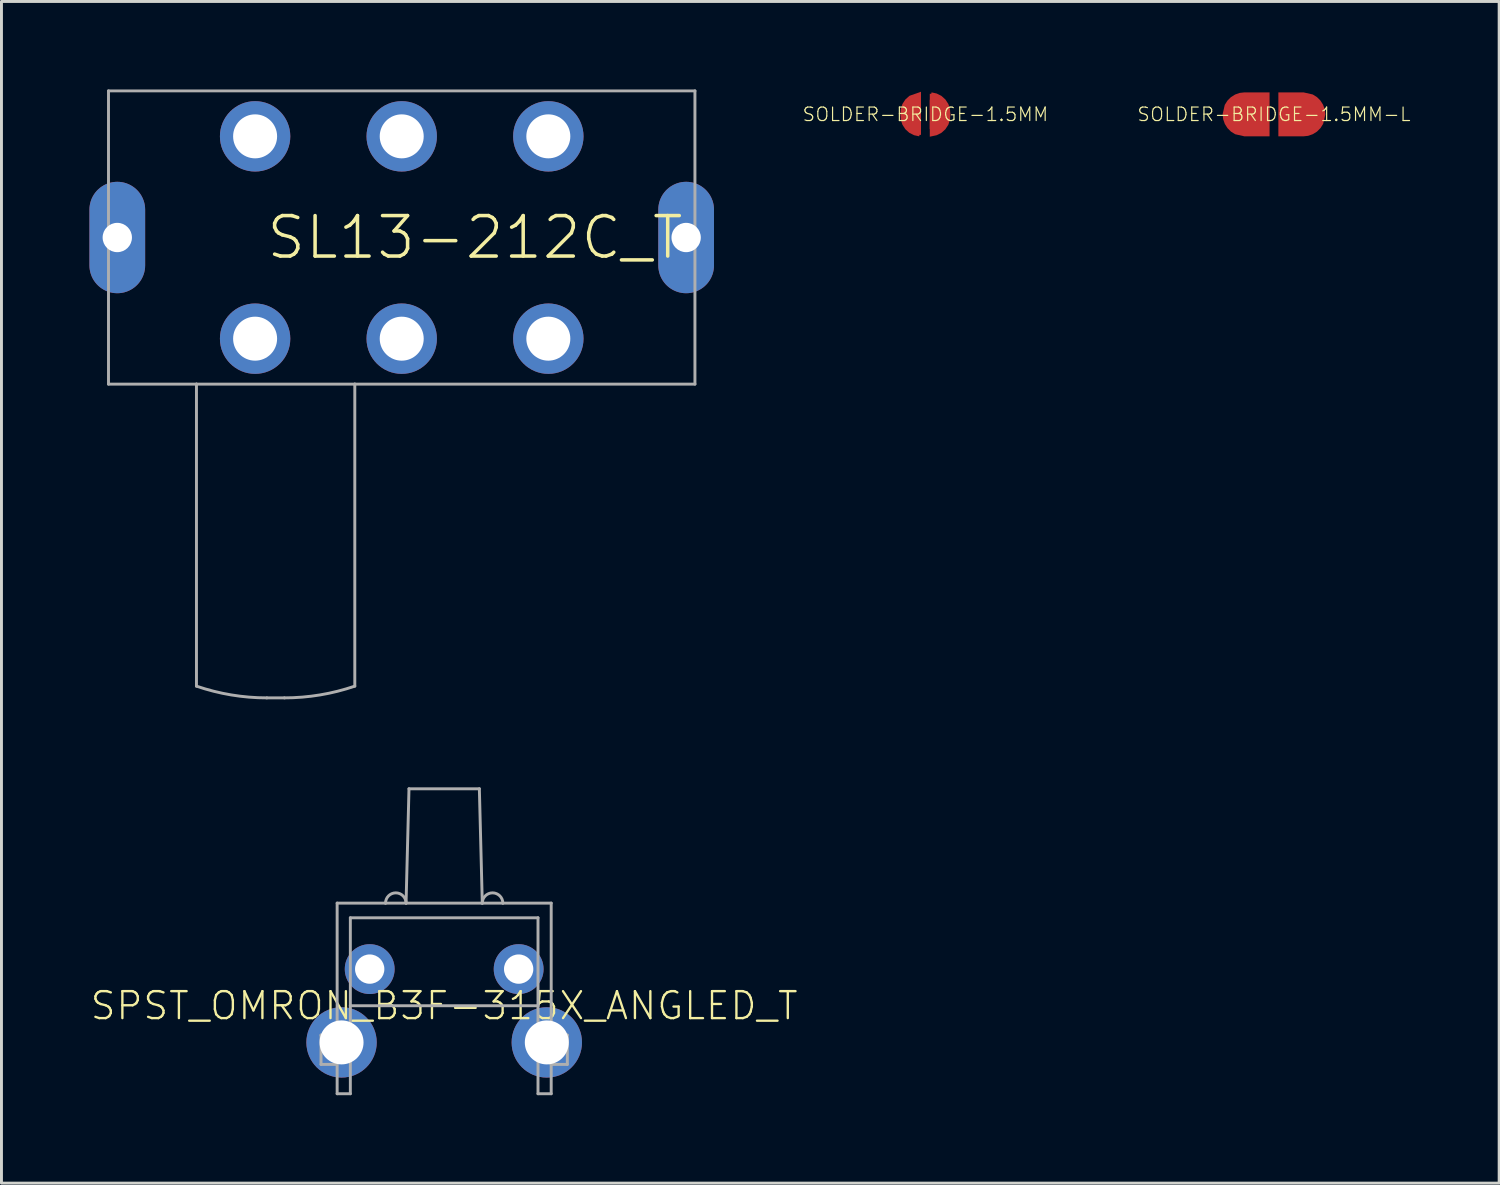
<source format=kicad_pcb>
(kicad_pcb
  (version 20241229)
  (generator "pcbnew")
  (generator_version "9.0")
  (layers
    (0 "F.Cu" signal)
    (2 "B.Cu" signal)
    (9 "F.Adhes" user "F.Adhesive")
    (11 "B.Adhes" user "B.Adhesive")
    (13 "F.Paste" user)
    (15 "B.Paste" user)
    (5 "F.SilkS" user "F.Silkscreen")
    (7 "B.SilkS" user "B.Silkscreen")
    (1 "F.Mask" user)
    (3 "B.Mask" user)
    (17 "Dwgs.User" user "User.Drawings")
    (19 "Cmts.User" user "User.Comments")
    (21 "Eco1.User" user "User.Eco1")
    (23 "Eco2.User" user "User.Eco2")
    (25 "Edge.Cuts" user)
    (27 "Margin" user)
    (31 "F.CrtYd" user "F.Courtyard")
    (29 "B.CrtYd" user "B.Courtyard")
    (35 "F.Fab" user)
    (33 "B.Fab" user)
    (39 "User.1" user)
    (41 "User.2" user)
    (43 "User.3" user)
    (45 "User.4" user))
  (footprint "SOLDER-BRIDGE-1.5MM-L"
    (layer "F.Cu")
    (at 40.397 0.85)
    (property "Reference" "SOLDER-BRIDGE-1.5MM-L" (at 0 0 0) (unlocked yes) (layer "F.SilkS") (effects (font (size 0.46 0.46) (thickness 0.04))))
    (fp_poly (pts (xy -0.15 0.75) (xy -1.006 0.75) (xy -1.323 0.678) (xy -1.468 0.587) (xy -1.587 0.468) (xy -1.676 0.326) (xy -1.732 0.167) (xy -1.751 -0.003) (xy -1.678 -0.323) (xy -1.587 -0.468) (xy -1.468 -0.587) (xy -1.326 -0.676) (xy -1.167 -0.732) (xy -1.003 -0.75) (xy -0.15 -0.75)) (stroke (width 0) (type default)) (fill yes) (layer "F.Cu"))
    (fp_poly (pts (xy 1.323 -0.678) (xy 1.468 -0.587) (xy 1.587 -0.468) (xy 1.676 -0.326) (xy 1.732 -0.167) (xy 1.751 0.003) (xy 1.678 0.323) (xy 1.587 0.468) (xy 1.468 0.587) (xy 1.326 0.676) (xy 1.167 0.732) (xy 1.003 0.75) (xy 0.15 0.75) (xy 0.15 -0.75) (xy 1.006 -0.75)) (stroke (width 0) (type default)) (fill yes) (layer "F.Cu"))
    (fp_poly (pts (xy 0.25 -0.842) (xy 0.38 -0.818) (xy 0.545 -0.748) (xy 0.691 -0.642) (xy 0.809 -0.507) (xy 0.894 -0.349) (xy 0.942 -0.176) (xy 0.948 -0.049) (xy 0.952 -0.049) (xy 0.95 -0.000001) (xy 0.952 0.049) (xy 0.948 0.049) (xy 0.942 0.176) (xy 0.894 0.349) (xy 0.809 0.507) (xy 0.691 0.642) (xy 0.543 0.749) (xy 0.207 0.85) (xy -0.25 0.85) (xy -0.25 0.842) (xy -0.38 0.818) (xy -0.545 0.748) (xy -0.691 0.642) (xy -0.809 0.507) (xy -0.895 0.347) (xy -0.943 0.049) (xy -0.952 0.049) (xy -0.942 -0.176) (xy -0.894 -0.349) (xy -0.809 -0.507) (xy -0.691 -0.642) (xy -0.543 -0.749) (xy -0.207 -0.85) (xy 0.25 -0.85)) (stroke (width 0) (type default)) (fill yes) (layer "F.Mask"))
    (pad "1" smd rect (at -1 0) (size 0.5 1) (layers "F.Cu"))
    (pad "2" smd rect (at 1 0) (size 0.5 1) (layers "F.Cu")))
  (footprint "SOLDER-BRIDGE-1.5MM"
    (layer "F.Cu")
    (at 28.509 0.85)
    (property "Reference" "SOLDER-BRIDGE-1.5MM" (at 0 0 0) (unlocked yes) (layer "F.SilkS") (effects (font (size 0.46 0.46) (thickness 0.04))))
    (fp_poly (pts (xy -0.15 0.7) (xy -0.2 0.7) (xy -0.21 0.749) (xy -0.383 0.712) (xy -0.547 0.63) (xy -0.683 0.507) (xy -0.783 0.353) (xy -0.84 0.179) (xy -0.847 0.049) (xy -0.853 0.049) (xy -0.85 -0.000001) (xy -0.853 -0.049) (xy -0.847 -0.049) (xy -0.84 -0.179) (xy -0.783 -0.353) (xy -0.683 -0.507) (xy -0.544 -0.632) (xy -0.15 -0.771)) (stroke (width 0) (type default)) (fill yes) (layer "F.Cu"))
    (fp_poly (pts (xy 0.383 -0.712) (xy 0.547 -0.63) (xy 0.683 -0.507) (xy 0.783 -0.353) (xy 0.84 -0.179) (xy 0.847 -0.049) (xy 0.853 -0.049) (xy 0.85 0.000001) (xy 0.853 0.049) (xy 0.847 0.049) (xy 0.84 0.179) (xy 0.783 0.353) (xy 0.683 0.507) (xy 0.547 0.63) (xy 0.383 0.712) (xy 0.15 0.762) (xy 0.15 -0.7) (xy 0.2 -0.7) (xy 0.21 -0.749)) (stroke (width 0) (type default)) (fill yes) (layer "F.Cu"))
    (fp_poly (pts (xy 0.25 -0.842) (xy 0.38 -0.818) (xy 0.545 -0.748) (xy 0.691 -0.642) (xy 0.809 -0.507) (xy 0.894 -0.349) (xy 0.942 -0.176) (xy 0.948 -0.049) (xy 0.952 -0.049) (xy 0.95 -0.000001) (xy 0.952 0.049) (xy 0.948 0.049) (xy 0.942 0.176) (xy 0.894 0.349) (xy 0.809 0.507) (xy 0.691 0.642) (xy 0.543 0.749) (xy 0.207 0.85) (xy -0.25 0.85) (xy -0.25 0.842) (xy -0.38 0.818) (xy -0.545 0.748) (xy -0.691 0.642) (xy -0.809 0.507) (xy -0.895 0.347) (xy -0.943 0.049) (xy -0.952 0.049) (xy -0.942 -0.176) (xy -0.894 -0.349) (xy -0.809 -0.507) (xy -0.691 -0.642) (xy -0.543 -0.749) (xy -0.207 -0.85) (xy 0.25 -0.85)) (stroke (width 0) (type default)) (fill yes) (layer "F.Mask"))
    (pad "1" smd rect (at -0.4 0) (size 0.5 1) (layers "F.Cu"))
    (pad "2" smd rect (at 0.4 0) (size 0.5 1) (layers "F.Cu")))
  (footprint "SL13-212C_T"
    (layer "F.Cu")
    (at 10.65 5.05)
    (property "Reference" "SL13-212C_T" (at 2.5 0 0) (unlocked yes) (layer "F.SilkS") (effects (font (size 1.38 1.38) (thickness 0.12))))
    (fp_line (start -10 -5) (end -10 5) (stroke (width 0.1) (type solid)) (layer "F.Fab"))
    (fp_line (start -10 5) (end -7 5) (stroke (width 0.1) (type solid)) (layer "F.Fab"))
    (fp_line (start -7 5) (end -7 15.3) (stroke (width 0.1) (type solid)) (layer "F.Fab"))
    (fp_line (start -7 5) (end -1.6 5) (stroke (width 0.1) (type solid)) (layer "F.Fab"))
    (fp_line (start -4 15.7) (end -4.6 15.7) (stroke (width 0.1) (type solid)) (layer "F.Fab"))
    (fp_line (start -1.6 5) (end -1.6 15.3) (stroke (width 0.1) (type solid)) (layer "F.Fab"))
    (fp_line (start -1.6 5) (end 10 5) (stroke (width 0.1) (type solid)) (layer "F.Fab"))
    (fp_line (start 10 -5) (end -10 -5) (stroke (width 0.1) (type solid)) (layer "F.Fab"))
    (fp_line (start 10 5) (end 10 -5) (stroke (width 0.1) (type solid)) (layer "F.Fab"))
    (fp_arc (start -4.6 15.7) (mid -5.816552 15.599315) (end -7 15.3) (stroke (width 0.1) (type solid)) (layer "F.Fab"))
    (fp_arc (start -1.6 15.3) (mid -2.783447 15.599315) (end -4 15.7) (stroke (width 0.1) (type solid)) (layer "F.Fab"))
    (pad "A1" thru_hole circle (at -5 -3.45) (size 2.4 2.4) (drill 1.5) (layers "*.Cu" "*.Mask"))
    (pad "A2" thru_hole circle (at 0 -3.45) (size 2.4 2.4) (drill 1.5) (layers "*.Cu" "*.Mask"))
    (pad "A3" thru_hole circle (at 5 -3.45) (size 2.4 2.4) (drill 1.5) (layers "*.Cu" "*.Mask"))
    (pad "B1" thru_hole circle (at -5 3.45) (size 2.4 2.4) (drill 1.5) (layers "*.Cu" "*.Mask"))
    (pad "B2" thru_hole circle (at 0 3.45) (size 2.4 2.4) (drill 1.5) (layers "*.Cu" "*.Mask"))
    (pad "B3" thru_hole circle (at 5 3.45) (size 2.4 2.4) (drill 1.5) (layers "*.Cu" "*.Mask"))
    (pad "T1" thru_hole oval (at -9.7 0 90) (size 3.8 1.9) (drill 1) (layers "*.Cu" "*.Mask"))
    (pad "T2" thru_hole oval (at 9.7 0 90) (size 3.8 1.9) (drill 1) (layers "*.Cu" "*.Mask")))
  (footprint "SPST_OMRON_B3F-315X_ANGLED_T"
    (layer "F.Cu")
    (at 12.098 31.25)
    (property "Reference" "SPST_OMRON_B3F-315X_ANGLED_T" (at 0 0 0) (unlocked yes) (layer "F.SilkS") (effects (font (size 0.92 0.92) (thickness 0.08))))
    (fp_line (start -4.2 1) (end -4.2 2) (stroke (width 0.1) (type solid)) (layer "F.Fab"))
    (fp_line (start -4.2 2) (end -3.7 2) (stroke (width 0.1) (type solid)) (layer "F.Fab"))
    (fp_line (start -3.7 1) (end -4.2 1) (stroke (width 0.1) (type solid)) (layer "F.Fab"))
    (fp_line (start -3.65 -3.5) (end -2 -3.5) (stroke (width 0.1) (type solid)) (layer "F.Fab"))
    (fp_line (start -3.65 3) (end -3.65 -3.5) (stroke (width 0.1) (type solid)) (layer "F.Fab"))
    (fp_line (start -3.2 -3) (end 3.2 -3) (stroke (width 0.1) (type solid)) (layer "F.Fab"))
    (fp_line (start -3.2 0) (end -3.2 -3) (stroke (width 0.1) (type solid)) (layer "F.Fab"))
    (fp_line (start -3.2 0) (end -3.2 3) (stroke (width 0.1) (type solid)) (layer "F.Fab"))
    (fp_line (start -3.2 3) (end -3.65 3) (stroke (width 0.1) (type solid)) (layer "F.Fab"))
    (fp_line (start -2 -3.5) (end -1.3 -3.5) (stroke (width 0.1) (type solid)) (layer "F.Fab"))
    (fp_line (start -1.3 -3.5) (end -1.2 -7.4) (stroke (width 0.1) (type solid)) (layer "F.Fab"))
    (fp_line (start -1.3 -3.5) (end 1.3 -3.5) (stroke (width 0.1) (type solid)) (layer "F.Fab"))
    (fp_line (start -1.2 -7.4) (end 1.2 -7.4) (stroke (width 0.1) (type solid)) (layer "F.Fab"))
    (fp_line (start 1.2 -7.4) (end 1.3 -3.5) (stroke (width 0.1) (type solid)) (layer "F.Fab"))
    (fp_line (start 1.3 -3.5) (end 2 -3.5) (stroke (width 0.1) (type solid)) (layer "F.Fab"))
    (fp_line (start 2 -3.5) (end 3.65 -3.5) (stroke (width 0.1) (type solid)) (layer "F.Fab"))
    (fp_line (start 3.2 -3) (end 3.2 0) (stroke (width 0.1) (type solid)) (layer "F.Fab"))
    (fp_line (start 3.2 0) (end -3.2 0) (stroke (width 0.1) (type solid)) (layer "F.Fab"))
    (fp_line (start 3.2 3) (end 3.2 0) (stroke (width 0.1) (type solid)) (layer "F.Fab"))
    (fp_line (start 3.65 -3.5) (end 3.65 1) (stroke (width 0.1) (type solid)) (layer "F.Fab"))
    (fp_line (start 3.65 1) (end 3.65 2) (stroke (width 0.1) (type solid)) (layer "F.Fab"))
    (fp_line (start 3.65 2) (end 3.65 3) (stroke (width 0.1) (type solid)) (layer "F.Fab"))
    (fp_line (start 3.65 2) (end 4.2 2) (stroke (width 0.1) (type solid)) (layer "F.Fab"))
    (fp_line (start 3.65 3) (end 3.2 3) (stroke (width 0.1) (type solid)) (layer "F.Fab"))
    (fp_line (start 4.2 1) (end 3.65 1) (stroke (width 0.1) (type solid)) (layer "F.Fab"))
    (fp_line (start 4.2 2) (end 4.2 1) (stroke (width 0.1) (type solid)) (layer "F.Fab"))
    (fp_arc (start -2 -3.5) (mid -1.65 -3.85) (end -1.3 -3.5) (stroke (width 0.1) (type solid)) (layer "F.Fab"))
    (fp_arc (start 1.3 -3.5) (mid 1.65 -3.85) (end 2 -3.5) (stroke (width 0.1) (type solid)) (layer "F.Fab"))
    (pad "1" thru_hole circle (at -2.54 -1.25 180) (size 1.7 1.7) (drill 1) (layers "*.Cu" "*.Mask"))
    (pad "2" thru_hole circle (at 2.54 -1.25 180) (size 1.7 1.7) (drill 1) (layers "*.Cu" "*.Mask"))
    (pad "MP1" thru_hole circle (at -3.5 1.25 180) (size 2.4 2.4) (drill 1.5) (layers "*.Cu" "*.Mask"))
    (pad "MP2" thru_hole circle (at 3.5 1.25 180) (size 2.4 2.4) (drill 1.5) (layers "*.Cu" "*.Mask")))
  (gr_rect
    (start -3 -3)
    (end 48.077 37.3)
    (stroke (width 0.1) (type default))
    (fill no)
    (layer "Edge.Cuts")))
</source>
